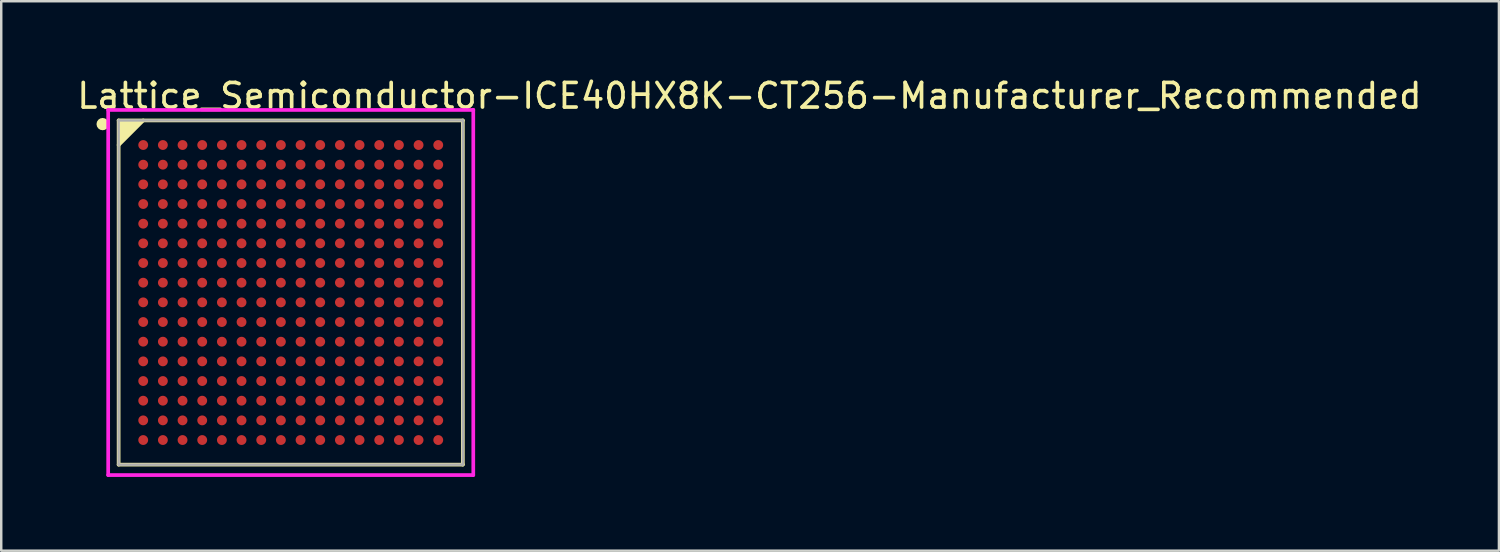
<source format=kicad_pcb>
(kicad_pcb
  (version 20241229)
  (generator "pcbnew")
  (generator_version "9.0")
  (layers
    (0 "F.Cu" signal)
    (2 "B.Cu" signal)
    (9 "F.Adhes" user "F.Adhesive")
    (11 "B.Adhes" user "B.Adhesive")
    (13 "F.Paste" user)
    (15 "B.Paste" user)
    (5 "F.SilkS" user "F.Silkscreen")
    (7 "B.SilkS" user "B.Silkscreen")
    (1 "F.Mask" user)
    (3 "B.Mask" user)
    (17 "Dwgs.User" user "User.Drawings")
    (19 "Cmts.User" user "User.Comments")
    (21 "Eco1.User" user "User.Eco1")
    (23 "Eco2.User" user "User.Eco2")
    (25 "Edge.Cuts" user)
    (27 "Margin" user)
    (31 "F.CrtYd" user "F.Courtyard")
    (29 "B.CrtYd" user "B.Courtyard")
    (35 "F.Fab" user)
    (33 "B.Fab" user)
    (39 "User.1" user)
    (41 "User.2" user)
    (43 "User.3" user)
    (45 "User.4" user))
  (footprint "Lattice_Semiconductor-ICE40HX8K-CT256-Manufacturer_Recommended"
    (layer "F.Cu")
    (at 8.775 8.848)
    (property "Reference" "Lattice_Semiconductor-ICE40HX8K-CT256-Manufacturer_Recommended" (at -8.775 -8 0) (layer "F.SilkS") (effects (font (size 1 1) (thickness 0.15)) (justify left)))
    (attr through_hole)
    (fp_line (start -7 -7) (end 7 -7) (stroke (width 0.15) (type solid)) (layer "F.SilkS"))
    (fp_line (start -7 -6) (end -6 -7) (stroke (width 0.15) (type solid)) (layer "F.SilkS"))
    (fp_line (start -7 7) (end -7 -7) (stroke (width 0.15) (type solid)) (layer "F.SilkS"))
    (fp_line (start -7 7) (end 7 7) (stroke (width 0.15) (type solid)) (layer "F.SilkS"))
    (fp_line (start 7 7) (end 7 -7) (stroke (width 0.15) (type solid)) (layer "F.SilkS"))
    (fp_circle (center -7.65 -6.85) (end -7.525 -6.85) (stroke (width 0.25) (type solid)) (fill no) (layer "F.SilkS"))
    (fp_poly (pts (xy -6 -7) (xy -7 -6) (xy -7 -7)) (stroke (width 0) (type solid)) (fill yes) (layer "F.SilkS"))
    (fp_line (start -7.425 -7.425) (end -7.425 7.425) (stroke (width 0.15) (type solid)) (layer "F.CrtYd"))
    (fp_line (start -7.425 7.425) (end 7.425 7.425) (stroke (width 0.15) (type solid)) (layer "F.CrtYd"))
    (fp_line (start 7.425 -7.425) (end -7.425 -7.425) (stroke (width 0.15) (type solid)) (layer "F.CrtYd"))
    (fp_line (start 7.425 -7.425) (end 7.425 -7.425) (stroke (width 0.15) (type solid)) (layer "F.CrtYd"))
    (fp_line (start 7.425 7.425) (end 7.425 -7.425) (stroke (width 0.15) (type solid)) (layer "F.CrtYd"))
    (fp_line (start -7 -7) (end 7 -7) (stroke (width 0.1) (type solid)) (layer "F.Fab"))
    (fp_line (start -7 7) (end -7 -7) (stroke (width 0.1) (type solid)) (layer "F.Fab"))
    (fp_line (start -7 7) (end 7 7) (stroke (width 0.1) (type solid)) (layer "F.Fab"))
    (fp_line (start 7 7) (end 7 -7) (stroke (width 0.1) (type solid)) (layer "F.Fab"))
    (pad "A1" smd circle (at -6 -6) (size 0.4 0.4) (layers "F.Cu" "F.Mask" "F.Paste"))
    (pad "A2" smd circle (at -5.2 -6) (size 0.4 0.4) (layers "F.Cu" "F.Mask" "F.Paste"))
    (pad "A3" smd circle (at -4.4 -6) (size 0.4 0.4) (layers "F.Cu" "F.Mask" "F.Paste"))
    (pad "A4" smd circle (at -3.6 -6) (size 0.4 0.4) (layers "F.Cu" "F.Mask" "F.Paste"))
    (pad "A5" smd circle (at -2.8 -6) (size 0.4 0.4) (layers "F.Cu" "F.Mask" "F.Paste"))
    (pad "A6" smd circle (at -2 -6) (size 0.4 0.4) (layers "F.Cu" "F.Mask" "F.Paste"))
    (pad "A7" smd circle (at -1.2 -6) (size 0.4 0.4) (layers "F.Cu" "F.Mask" "F.Paste"))
    (pad "A8" smd circle (at -0.4 -6) (size 0.4 0.4) (layers "F.Cu" "F.Mask" "F.Paste"))
    (pad "A9" smd circle (at 0.4 -6) (size 0.4 0.4) (layers "F.Cu" "F.Mask" "F.Paste"))
    (pad "A10" smd circle (at 1.2 -6) (size 0.4 0.4) (layers "F.Cu" "F.Mask" "F.Paste"))
    (pad "A11" smd circle (at 2 -6) (size 0.4 0.4) (layers "F.Cu" "F.Mask" "F.Paste"))
    (pad "A12" smd circle (at 2.8 -6) (size 0.4 0.4) (layers "F.Cu" "F.Mask" "F.Paste"))
    (pad "A13" smd circle (at 3.6 -6) (size 0.4 0.4) (layers "F.Cu" "F.Mask" "F.Paste"))
    (pad "A14" smd circle (at 4.4 -6) (size 0.4 0.4) (layers "F.Cu" "F.Mask" "F.Paste"))
    (pad "A15" smd circle (at 5.2 -6) (size 0.4 0.4) (layers "F.Cu" "F.Mask" "F.Paste"))
    (pad "A16" smd circle (at 6 -6) (size 0.4 0.4) (layers "F.Cu" "F.Mask" "F.Paste"))
    (pad "B1" smd circle (at -6 -5.2) (size 0.4 0.4) (layers "F.Cu" "F.Mask" "F.Paste"))
    (pad "B2" smd circle (at -5.2 -5.2) (size 0.4 0.4) (layers "F.Cu" "F.Mask" "F.Paste"))
    (pad "B3" smd circle (at -4.4 -5.2) (size 0.4 0.4) (layers "F.Cu" "F.Mask" "F.Paste"))
    (pad "B4" smd circle (at -3.6 -5.2) (size 0.4 0.4) (layers "F.Cu" "F.Mask" "F.Paste"))
    (pad "B5" smd circle (at -2.8 -5.2) (size 0.4 0.4) (layers "F.Cu" "F.Mask" "F.Paste"))
    (pad "B6" smd circle (at -2 -5.2) (size 0.4 0.4) (layers "F.Cu" "F.Mask" "F.Paste"))
    (pad "B7" smd circle (at -1.2 -5.2) (size 0.4 0.4) (layers "F.Cu" "F.Mask" "F.Paste"))
    (pad "B8" smd circle (at -0.4 -5.2) (size 0.4 0.4) (layers "F.Cu" "F.Mask" "F.Paste"))
    (pad "B9" smd circle (at 0.4 -5.2) (size 0.4 0.4) (layers "F.Cu" "F.Mask" "F.Paste"))
    (pad "B10" smd circle (at 1.2 -5.2) (size 0.4 0.4) (layers "F.Cu" "F.Mask" "F.Paste"))
    (pad "B11" smd circle (at 2 -5.2) (size 0.4 0.4) (layers "F.Cu" "F.Mask" "F.Paste"))
    (pad "B12" smd circle (at 2.8 -5.2) (size 0.4 0.4) (layers "F.Cu" "F.Mask" "F.Paste"))
    (pad "B13" smd circle (at 3.6 -5.2) (size 0.4 0.4) (layers "F.Cu" "F.Mask" "F.Paste"))
    (pad "B14" smd circle (at 4.4 -5.2) (size 0.4 0.4) (layers "F.Cu" "F.Mask" "F.Paste"))
    (pad "B15" smd circle (at 5.2 -5.2) (size 0.4 0.4) (layers "F.Cu" "F.Mask" "F.Paste"))
    (pad "B16" smd circle (at 6 -5.2) (size 0.4 0.4) (layers "F.Cu" "F.Mask" "F.Paste"))
    (pad "C1" smd circle (at -6 -4.4) (size 0.4 0.4) (layers "F.Cu" "F.Mask" "F.Paste"))
    (pad "C2" smd circle (at -5.2 -4.4) (size 0.4 0.4) (layers "F.Cu" "F.Mask" "F.Paste"))
    (pad "C3" smd circle (at -4.4 -4.4) (size 0.4 0.4) (layers "F.Cu" "F.Mask" "F.Paste"))
    (pad "C4" smd circle (at -3.6 -4.4) (size 0.4 0.4) (layers "F.Cu" "F.Mask" "F.Paste"))
    (pad "C5" smd circle (at -2.8 -4.4) (size 0.4 0.4) (layers "F.Cu" "F.Mask" "F.Paste"))
    (pad "C6" smd circle (at -2 -4.4) (size 0.4 0.4) (layers "F.Cu" "F.Mask" "F.Paste"))
    (pad "C7" smd circle (at -1.2 -4.4) (size 0.4 0.4) (layers "F.Cu" "F.Mask" "F.Paste"))
    (pad "C8" smd circle (at -0.4 -4.4) (size 0.4 0.4) (layers "F.Cu" "F.Mask" "F.Paste"))
    (pad "C9" smd circle (at 0.4 -4.4) (size 0.4 0.4) (layers "F.Cu" "F.Mask" "F.Paste"))
    (pad "C10" smd circle (at 1.2 -4.4) (size 0.4 0.4) (layers "F.Cu" "F.Mask" "F.Paste"))
    (pad "C11" smd circle (at 2 -4.4) (size 0.4 0.4) (layers "F.Cu" "F.Mask" "F.Paste"))
    (pad "C12" smd circle (at 2.8 -4.4) (size 0.4 0.4) (layers "F.Cu" "F.Mask" "F.Paste"))
    (pad "C13" smd circle (at 3.6 -4.4) (size 0.4 0.4) (layers "F.Cu" "F.Mask" "F.Paste"))
    (pad "C14" smd circle (at 4.4 -4.4) (size 0.4 0.4) (layers "F.Cu" "F.Mask" "F.Paste"))
    (pad "C15" smd circle (at 5.2 -4.4) (size 0.4 0.4) (layers "F.Cu" "F.Mask" "F.Paste"))
    (pad "C16" smd circle (at 6 -4.4) (size 0.4 0.4) (layers "F.Cu" "F.Mask" "F.Paste"))
    (pad "D1" smd circle (at -6 -3.6) (size 0.4 0.4) (layers "F.Cu" "F.Mask" "F.Paste"))
    (pad "D2" smd circle (at -5.2 -3.6) (size 0.4 0.4) (layers "F.Cu" "F.Mask" "F.Paste"))
    (pad "D3" smd circle (at -4.4 -3.6) (size 0.4 0.4) (layers "F.Cu" "F.Mask" "F.Paste"))
    (pad "D4" smd circle (at -3.6 -3.6) (size 0.4 0.4) (layers "F.Cu" "F.Mask" "F.Paste"))
    (pad "D5" smd circle (at -2.8 -3.6) (size 0.4 0.4) (layers "F.Cu" "F.Mask" "F.Paste"))
    (pad "D6" smd circle (at -2 -3.6) (size 0.4 0.4) (layers "F.Cu" "F.Mask" "F.Paste"))
    (pad "D7" smd circle (at -1.2 -3.6) (size 0.4 0.4) (layers "F.Cu" "F.Mask" "F.Paste"))
    (pad "D8" smd circle (at -0.4 -3.6) (size 0.4 0.4) (layers "F.Cu" "F.Mask" "F.Paste"))
    (pad "D9" smd circle (at 0.4 -3.6) (size 0.4 0.4) (layers "F.Cu" "F.Mask" "F.Paste"))
    (pad "D10" smd circle (at 1.2 -3.6) (size 0.4 0.4) (layers "F.Cu" "F.Mask" "F.Paste"))
    (pad "D11" smd circle (at 2 -3.6) (size 0.4 0.4) (layers "F.Cu" "F.Mask" "F.Paste"))
    (pad "D12" smd circle (at 2.8 -3.6) (size 0.4 0.4) (layers "F.Cu" "F.Mask" "F.Paste"))
    (pad "D13" smd circle (at 3.6 -3.6) (size 0.4 0.4) (layers "F.Cu" "F.Mask" "F.Paste"))
    (pad "D14" smd circle (at 4.4 -3.6) (size 0.4 0.4) (layers "F.Cu" "F.Mask" "F.Paste"))
    (pad "D15" smd circle (at 5.2 -3.6) (size 0.4 0.4) (layers "F.Cu" "F.Mask" "F.Paste"))
    (pad "D16" smd circle (at 6 -3.6) (size 0.4 0.4) (layers "F.Cu" "F.Mask" "F.Paste"))
    (pad "E1" smd circle (at -6 -2.8) (size 0.4 0.4) (layers "F.Cu" "F.Mask" "F.Paste"))
    (pad "E2" smd circle (at -5.2 -2.8) (size 0.4 0.4) (layers "F.Cu" "F.Mask" "F.Paste"))
    (pad "E3" smd circle (at -4.4 -2.8) (size 0.4 0.4) (layers "F.Cu" "F.Mask" "F.Paste"))
    (pad "E4" smd circle (at -3.6 -2.8) (size 0.4 0.4) (layers "F.Cu" "F.Mask" "F.Paste"))
    (pad "E5" smd circle (at -2.8 -2.8) (size 0.4 0.4) (layers "F.Cu" "F.Mask" "F.Paste"))
    (pad "E6" smd circle (at -2 -2.8) (size 0.4 0.4) (layers "F.Cu" "F.Mask" "F.Paste"))
    (pad "E7" smd circle (at -1.2 -2.8) (size 0.4 0.4) (layers "F.Cu" "F.Mask" "F.Paste"))
    (pad "E8" smd circle (at -0.4 -2.8) (size 0.4 0.4) (layers "F.Cu" "F.Mask" "F.Paste"))
    (pad "E9" smd circle (at 0.4 -2.8) (size 0.4 0.4) (layers "F.Cu" "F.Mask" "F.Paste"))
    (pad "E10" smd circle (at 1.2 -2.8) (size 0.4 0.4) (layers "F.Cu" "F.Mask" "F.Paste"))
    (pad "E11" smd circle (at 2 -2.8) (size 0.4 0.4) (layers "F.Cu" "F.Mask" "F.Paste"))
    (pad "E12" smd circle (at 2.8 -2.8) (size 0.4 0.4) (layers "F.Cu" "F.Mask" "F.Paste"))
    (pad "E13" smd circle (at 3.6 -2.8) (size 0.4 0.4) (layers "F.Cu" "F.Mask" "F.Paste"))
    (pad "E14" smd circle (at 4.4 -2.8) (size 0.4 0.4) (layers "F.Cu" "F.Mask" "F.Paste"))
    (pad "E15" smd circle (at 5.2 -2.8) (size 0.4 0.4) (layers "F.Cu" "F.Mask" "F.Paste"))
    (pad "E16" smd circle (at 6 -2.8) (size 0.4 0.4) (layers "F.Cu" "F.Mask" "F.Paste"))
    (pad "F1" smd circle (at -6 -2) (size 0.4 0.4) (layers "F.Cu" "F.Mask" "F.Paste"))
    (pad "F2" smd circle (at -5.2 -2) (size 0.4 0.4) (layers "F.Cu" "F.Mask" "F.Paste"))
    (pad "F3" smd circle (at -4.4 -2) (size 0.4 0.4) (layers "F.Cu" "F.Mask" "F.Paste"))
    (pad "F4" smd circle (at -3.6 -2) (size 0.4 0.4) (layers "F.Cu" "F.Mask" "F.Paste"))
    (pad "F5" smd circle (at -2.8 -2) (size 0.4 0.4) (layers "F.Cu" "F.Mask" "F.Paste"))
    (pad "F6" smd circle (at -2 -2) (size 0.4 0.4) (layers "F.Cu" "F.Mask" "F.Paste"))
    (pad "F7" smd circle (at -1.2 -2) (size 0.4 0.4) (layers "F.Cu" "F.Mask" "F.Paste"))
    (pad "F8" smd circle (at -0.4 -2) (size 0.4 0.4) (layers "F.Cu" "F.Mask" "F.Paste"))
    (pad "F9" smd circle (at 0.4 -2) (size 0.4 0.4) (layers "F.Cu" "F.Mask" "F.Paste"))
    (pad "F10" smd circle (at 1.2 -2) (size 0.4 0.4) (layers "F.Cu" "F.Mask" "F.Paste"))
    (pad "F11" smd circle (at 2 -2) (size 0.4 0.4) (layers "F.Cu" "F.Mask" "F.Paste"))
    (pad "F12" smd circle (at 2.8 -2) (size 0.4 0.4) (layers "F.Cu" "F.Mask" "F.Paste"))
    (pad "F13" smd circle (at 3.6 -2) (size 0.4 0.4) (layers "F.Cu" "F.Mask" "F.Paste"))
    (pad "F14" smd circle (at 4.4 -2) (size 0.4 0.4) (layers "F.Cu" "F.Mask" "F.Paste"))
    (pad "F15" smd circle (at 5.2 -2) (size 0.4 0.4) (layers "F.Cu" "F.Mask" "F.Paste"))
    (pad "F16" smd circle (at 6 -2) (size 0.4 0.4) (layers "F.Cu" "F.Mask" "F.Paste"))
    (pad "G1" smd circle (at -6 -1.2) (size 0.4 0.4) (layers "F.Cu" "F.Mask" "F.Paste"))
    (pad "G2" smd circle (at -5.2 -1.2) (size 0.4 0.4) (layers "F.Cu" "F.Mask" "F.Paste"))
    (pad "G3" smd circle (at -4.4 -1.2) (size 0.4 0.4) (layers "F.Cu" "F.Mask" "F.Paste"))
    (pad "G4" smd circle (at -3.6 -1.2) (size 0.4 0.4) (layers "F.Cu" "F.Mask" "F.Paste"))
    (pad "G5" smd circle (at -2.8 -1.2) (size 0.4 0.4) (layers "F.Cu" "F.Mask" "F.Paste"))
    (pad "G6" smd circle (at -2 -1.2) (size 0.4 0.4) (layers "F.Cu" "F.Mask" "F.Paste"))
    (pad "G7" smd circle (at -1.2 -1.2) (size 0.4 0.4) (layers "F.Cu" "F.Mask" "F.Paste"))
    (pad "G8" smd circle (at -0.4 -1.2) (size 0.4 0.4) (layers "F.Cu" "F.Mask" "F.Paste"))
    (pad "G9" smd circle (at 0.4 -1.2) (size 0.4 0.4) (layers "F.Cu" "F.Mask" "F.Paste"))
    (pad "G10" smd circle (at 1.2 -1.2) (size 0.4 0.4) (layers "F.Cu" "F.Mask" "F.Paste"))
    (pad "G11" smd circle (at 2 -1.2) (size 0.4 0.4) (layers "F.Cu" "F.Mask" "F.Paste"))
    (pad "G12" smd circle (at 2.8 -1.2) (size 0.4 0.4) (layers "F.Cu" "F.Mask" "F.Paste"))
    (pad "G13" smd circle (at 3.6 -1.2) (size 0.4 0.4) (layers "F.Cu" "F.Mask" "F.Paste"))
    (pad "G14" smd circle (at 4.4 -1.2) (size 0.4 0.4) (layers "F.Cu" "F.Mask" "F.Paste"))
    (pad "G15" smd circle (at 5.2 -1.2) (size 0.4 0.4) (layers "F.Cu" "F.Mask" "F.Paste"))
    (pad "G16" smd circle (at 6 -1.2) (size 0.4 0.4) (layers "F.Cu" "F.Mask" "F.Paste"))
    (pad "H1" smd circle (at -6 -0.4) (size 0.4 0.4) (layers "F.Cu" "F.Mask" "F.Paste"))
    (pad "H2" smd circle (at -5.2 -0.4) (size 0.4 0.4) (layers "F.Cu" "F.Mask" "F.Paste"))
    (pad "H3" smd circle (at -4.4 -0.4) (size 0.4 0.4) (layers "F.Cu" "F.Mask" "F.Paste"))
    (pad "H4" smd circle (at -3.6 -0.4) (size 0.4 0.4) (layers "F.Cu" "F.Mask" "F.Paste"))
    (pad "H5" smd circle (at -2.8 -0.4) (size 0.4 0.4) (layers "F.Cu" "F.Mask" "F.Paste"))
    (pad "H6" smd circle (at -2 -0.4) (size 0.4 0.4) (layers "F.Cu" "F.Mask" "F.Paste"))
    (pad "H7" smd circle (at -1.2 -0.4) (size 0.4 0.4) (layers "F.Cu" "F.Mask" "F.Paste"))
    (pad "H8" smd circle (at -0.4 -0.4) (size 0.4 0.4) (layers "F.Cu" "F.Mask" "F.Paste"))
    (pad "H9" smd circle (at 0.4 -0.4) (size 0.4 0.4) (layers "F.Cu" "F.Mask" "F.Paste"))
    (pad "H10" smd circle (at 1.2 -0.4) (size 0.4 0.4) (layers "F.Cu" "F.Mask" "F.Paste"))
    (pad "H11" smd circle (at 2 -0.4) (size 0.4 0.4) (layers "F.Cu" "F.Mask" "F.Paste"))
    (pad "H12" smd circle (at 2.8 -0.4) (size 0.4 0.4) (layers "F.Cu" "F.Mask" "F.Paste"))
    (pad "H13" smd circle (at 3.6 -0.4) (size 0.4 0.4) (layers "F.Cu" "F.Mask" "F.Paste"))
    (pad "H14" smd circle (at 4.4 -0.4) (size 0.4 0.4) (layers "F.Cu" "F.Mask" "F.Paste"))
    (pad "H15" smd circle (at 5.2 -0.4) (size 0.4 0.4) (layers "F.Cu" "F.Mask" "F.Paste"))
    (pad "H16" smd circle (at 6 -0.4) (size 0.4 0.4) (layers "F.Cu" "F.Mask" "F.Paste"))
    (pad "J1" smd circle (at -6 0.4) (size 0.4 0.4) (layers "F.Cu" "F.Mask" "F.Paste"))
    (pad "J2" smd circle (at -5.2 0.4) (size 0.4 0.4) (layers "F.Cu" "F.Mask" "F.Paste"))
    (pad "J3" smd circle (at -4.4 0.4) (size 0.4 0.4) (layers "F.Cu" "F.Mask" "F.Paste"))
    (pad "J4" smd circle (at -3.6 0.4) (size 0.4 0.4) (layers "F.Cu" "F.Mask" "F.Paste"))
    (pad "J5" smd circle (at -2.8 0.4) (size 0.4 0.4) (layers "F.Cu" "F.Mask" "F.Paste"))
    (pad "J6" smd circle (at -2 0.4) (size 0.4 0.4) (layers "F.Cu" "F.Mask" "F.Paste"))
    (pad "J7" smd circle (at -1.2 0.4) (size 0.4 0.4) (layers "F.Cu" "F.Mask" "F.Paste"))
    (pad "J8" smd circle (at -0.4 0.4) (size 0.4 0.4) (layers "F.Cu" "F.Mask" "F.Paste"))
    (pad "J9" smd circle (at 0.4 0.4) (size 0.4 0.4) (layers "F.Cu" "F.Mask" "F.Paste"))
    (pad "J10" smd circle (at 1.2 0.4) (size 0.4 0.4) (layers "F.Cu" "F.Mask" "F.Paste"))
    (pad "J11" smd circle (at 2 0.4) (size 0.4 0.4) (layers "F.Cu" "F.Mask" "F.Paste"))
    (pad "J12" smd circle (at 2.8 0.4) (size 0.4 0.4) (layers "F.Cu" "F.Mask" "F.Paste"))
    (pad "J13" smd circle (at 3.6 0.4) (size 0.4 0.4) (layers "F.Cu" "F.Mask" "F.Paste"))
    (pad "J14" smd circle (at 4.4 0.4) (size 0.4 0.4) (layers "F.Cu" "F.Mask" "F.Paste"))
    (pad "J15" smd circle (at 5.2 0.4) (size 0.4 0.4) (layers "F.Cu" "F.Mask" "F.Paste"))
    (pad "J16" smd circle (at 6 0.4) (size 0.4 0.4) (layers "F.Cu" "F.Mask" "F.Paste"))
    (pad "K1" smd circle (at -6 1.2) (size 0.4 0.4) (layers "F.Cu" "F.Mask" "F.Paste"))
    (pad "K2" smd circle (at -5.2 1.2) (size 0.4 0.4) (layers "F.Cu" "F.Mask" "F.Paste"))
    (pad "K3" smd circle (at -4.4 1.2) (size 0.4 0.4) (layers "F.Cu" "F.Mask" "F.Paste"))
    (pad "K4" smd circle (at -3.6 1.2) (size 0.4 0.4) (layers "F.Cu" "F.Mask" "F.Paste"))
    (pad "K5" smd circle (at -2.8 1.2) (size 0.4 0.4) (layers "F.Cu" "F.Mask" "F.Paste"))
    (pad "K6" smd circle (at -2 1.2) (size 0.4 0.4) (layers "F.Cu" "F.Mask" "F.Paste"))
    (pad "K7" smd circle (at -1.2 1.2) (size 0.4 0.4) (layers "F.Cu" "F.Mask" "F.Paste"))
    (pad "K8" smd circle (at -0.4 1.2) (size 0.4 0.4) (layers "F.Cu" "F.Mask" "F.Paste"))
    (pad "K9" smd circle (at 0.4 1.2) (size 0.4 0.4) (layers "F.Cu" "F.Mask" "F.Paste"))
    (pad "K10" smd circle (at 1.2 1.2) (size 0.4 0.4) (layers "F.Cu" "F.Mask" "F.Paste"))
    (pad "K11" smd circle (at 2 1.2) (size 0.4 0.4) (layers "F.Cu" "F.Mask" "F.Paste"))
    (pad "K12" smd circle (at 2.8 1.2) (size 0.4 0.4) (layers "F.Cu" "F.Mask" "F.Paste"))
    (pad "K13" smd circle (at 3.6 1.2) (size 0.4 0.4) (layers "F.Cu" "F.Mask" "F.Paste"))
    (pad "K14" smd circle (at 4.4 1.2) (size 0.4 0.4) (layers "F.Cu" "F.Mask" "F.Paste"))
    (pad "K15" smd circle (at 5.2 1.2) (size 0.4 0.4) (layers "F.Cu" "F.Mask" "F.Paste"))
    (pad "K16" smd circle (at 6 1.2) (size 0.4 0.4) (layers "F.Cu" "F.Mask" "F.Paste"))
    (pad "L1" smd circle (at -6 2) (size 0.4 0.4) (layers "F.Cu" "F.Mask" "F.Paste"))
    (pad "L2" smd circle (at -5.2 2) (size 0.4 0.4) (layers "F.Cu" "F.Mask" "F.Paste"))
    (pad "L3" smd circle (at -4.4 2) (size 0.4 0.4) (layers "F.Cu" "F.Mask" "F.Paste"))
    (pad "L4" smd circle (at -3.6 2) (size 0.4 0.4) (layers "F.Cu" "F.Mask" "F.Paste"))
    (pad "L5" smd circle (at -2.8 2) (size 0.4 0.4) (layers "F.Cu" "F.Mask" "F.Paste"))
    (pad "L6" smd circle (at -2 2) (size 0.4 0.4) (layers "F.Cu" "F.Mask" "F.Paste"))
    (pad "L7" smd circle (at -1.2 2) (size 0.4 0.4) (layers "F.Cu" "F.Mask" "F.Paste"))
    (pad "L8" smd circle (at -0.4 2) (size 0.4 0.4) (layers "F.Cu" "F.Mask" "F.Paste"))
    (pad "L9" smd circle (at 0.4 2) (size 0.4 0.4) (layers "F.Cu" "F.Mask" "F.Paste"))
    (pad "L10" smd circle (at 1.2 2) (size 0.4 0.4) (layers "F.Cu" "F.Mask" "F.Paste"))
    (pad "L11" smd circle (at 2 2) (size 0.4 0.4) (layers "F.Cu" "F.Mask" "F.Paste"))
    (pad "L12" smd circle (at 2.8 2) (size 0.4 0.4) (layers "F.Cu" "F.Mask" "F.Paste"))
    (pad "L13" smd circle (at 3.6 2) (size 0.4 0.4) (layers "F.Cu" "F.Mask" "F.Paste"))
    (pad "L14" smd circle (at 4.4 2) (size 0.4 0.4) (layers "F.Cu" "F.Mask" "F.Paste"))
    (pad "L15" smd circle (at 5.2 2) (size 0.4 0.4) (layers "F.Cu" "F.Mask" "F.Paste"))
    (pad "L16" smd circle (at 6 2) (size 0.4 0.4) (layers "F.Cu" "F.Mask" "F.Paste"))
    (pad "M1" smd circle (at -6 2.8) (size 0.4 0.4) (layers "F.Cu" "F.Mask" "F.Paste"))
    (pad "M2" smd circle (at -5.2 2.8) (size 0.4 0.4) (layers "F.Cu" "F.Mask" "F.Paste"))
    (pad "M3" smd circle (at -4.4 2.8) (size 0.4 0.4) (layers "F.Cu" "F.Mask" "F.Paste"))
    (pad "M4" smd circle (at -3.6 2.8) (size 0.4 0.4) (layers "F.Cu" "F.Mask" "F.Paste"))
    (pad "M5" smd circle (at -2.8 2.8) (size 0.4 0.4) (layers "F.Cu" "F.Mask" "F.Paste"))
    (pad "M6" smd circle (at -2 2.8) (size 0.4 0.4) (layers "F.Cu" "F.Mask" "F.Paste"))
    (pad "M7" smd circle (at -1.2 2.8) (size 0.4 0.4) (layers "F.Cu" "F.Mask" "F.Paste"))
    (pad "M8" smd circle (at -0.4 2.8) (size 0.4 0.4) (layers "F.Cu" "F.Mask" "F.Paste"))
    (pad "M9" smd circle (at 0.4 2.8) (size 0.4 0.4) (layers "F.Cu" "F.Mask" "F.Paste"))
    (pad "M10" smd circle (at 1.2 2.8) (size 0.4 0.4) (layers "F.Cu" "F.Mask" "F.Paste"))
    (pad "M11" smd circle (at 2 2.8) (size 0.4 0.4) (layers "F.Cu" "F.Mask" "F.Paste"))
    (pad "M12" smd circle (at 2.8 2.8) (size 0.4 0.4) (layers "F.Cu" "F.Mask" "F.Paste"))
    (pad "M13" smd circle (at 3.6 2.8) (size 0.4 0.4) (layers "F.Cu" "F.Mask" "F.Paste"))
    (pad "M14" smd circle (at 4.4 2.8) (size 0.4 0.4) (layers "F.Cu" "F.Mask" "F.Paste"))
    (pad "M15" smd circle (at 5.2 2.8) (size 0.4 0.4) (layers "F.Cu" "F.Mask" "F.Paste"))
    (pad "M16" smd circle (at 6 2.8) (size 0.4 0.4) (layers "F.Cu" "F.Mask" "F.Paste"))
    (pad "N1" smd circle (at -6 3.6) (size 0.4 0.4) (layers "F.Cu" "F.Mask" "F.Paste"))
    (pad "N2" smd circle (at -5.2 3.6) (size 0.4 0.4) (layers "F.Cu" "F.Mask" "F.Paste"))
    (pad "N3" smd circle (at -4.4 3.6) (size 0.4 0.4) (layers "F.Cu" "F.Mask" "F.Paste"))
    (pad "N4" smd circle (at -3.6 3.6) (size 0.4 0.4) (layers "F.Cu" "F.Mask" "F.Paste"))
    (pad "N5" smd circle (at -2.8 3.6) (size 0.4 0.4) (layers "F.Cu" "F.Mask" "F.Paste"))
    (pad "N6" smd circle (at -2 3.6) (size 0.4 0.4) (layers "F.Cu" "F.Mask" "F.Paste"))
    (pad "N7" smd circle (at -1.2 3.6) (size 0.4 0.4) (layers "F.Cu" "F.Mask" "F.Paste"))
    (pad "N8" smd circle (at -0.4 3.6) (size 0.4 0.4) (layers "F.Cu" "F.Mask" "F.Paste"))
    (pad "N9" smd circle (at 0.4 3.6) (size 0.4 0.4) (layers "F.Cu" "F.Mask" "F.Paste"))
    (pad "N10" smd circle (at 1.2 3.6) (size 0.4 0.4) (layers "F.Cu" "F.Mask" "F.Paste"))
    (pad "N11" smd circle (at 2 3.6) (size 0.4 0.4) (layers "F.Cu" "F.Mask" "F.Paste"))
    (pad "N12" smd circle (at 2.8 3.6) (size 0.4 0.4) (layers "F.Cu" "F.Mask" "F.Paste"))
    (pad "N13" smd circle (at 3.6 3.6) (size 0.4 0.4) (layers "F.Cu" "F.Mask" "F.Paste"))
    (pad "N14" smd circle (at 4.4 3.6) (size 0.4 0.4) (layers "F.Cu" "F.Mask" "F.Paste"))
    (pad "N15" smd circle (at 5.2 3.6) (size 0.4 0.4) (layers "F.Cu" "F.Mask" "F.Paste"))
    (pad "N16" smd circle (at 6 3.6) (size 0.4 0.4) (layers "F.Cu" "F.Mask" "F.Paste"))
    (pad "P1" smd circle (at -6 4.4) (size 0.4 0.4) (layers "F.Cu" "F.Mask" "F.Paste"))
    (pad "P2" smd circle (at -5.2 4.4) (size 0.4 0.4) (layers "F.Cu" "F.Mask" "F.Paste"))
    (pad "P3" smd circle (at -4.4 4.4) (size 0.4 0.4) (layers "F.Cu" "F.Mask" "F.Paste"))
    (pad "P4" smd circle (at -3.6 4.4) (size 0.4 0.4) (layers "F.Cu" "F.Mask" "F.Paste"))
    (pad "P5" smd circle (at -2.8 4.4) (size 0.4 0.4) (layers "F.Cu" "F.Mask" "F.Paste"))
    (pad "P6" smd circle (at -2 4.4) (size 0.4 0.4) (layers "F.Cu" "F.Mask" "F.Paste"))
    (pad "P7" smd circle (at -1.2 4.4) (size 0.4 0.4) (layers "F.Cu" "F.Mask" "F.Paste"))
    (pad "P8" smd circle (at -0.4 4.4) (size 0.4 0.4) (layers "F.Cu" "F.Mask" "F.Paste"))
    (pad "P9" smd circle (at 0.4 4.4) (size 0.4 0.4) (layers "F.Cu" "F.Mask" "F.Paste"))
    (pad "P10" smd circle (at 1.2 4.4) (size 0.4 0.4) (layers "F.Cu" "F.Mask" "F.Paste"))
    (pad "P11" smd circle (at 2 4.4) (size 0.4 0.4) (layers "F.Cu" "F.Mask" "F.Paste"))
    (pad "P12" smd circle (at 2.8 4.4) (size 0.4 0.4) (layers "F.Cu" "F.Mask" "F.Paste"))
    (pad "P13" smd circle (at 3.6 4.4) (size 0.4 0.4) (layers "F.Cu" "F.Mask" "F.Paste"))
    (pad "P14" smd circle (at 4.4 4.4) (size 0.4 0.4) (layers "F.Cu" "F.Mask" "F.Paste"))
    (pad "P15" smd circle (at 5.2 4.4) (size 0.4 0.4) (layers "F.Cu" "F.Mask" "F.Paste"))
    (pad "P16" smd circle (at 6 4.4) (size 0.4 0.4) (layers "F.Cu" "F.Mask" "F.Paste"))
    (pad "R1" smd circle (at -6 5.2) (size 0.4 0.4) (layers "F.Cu" "F.Mask" "F.Paste"))
    (pad "R2" smd circle (at -5.2 5.2) (size 0.4 0.4) (layers "F.Cu" "F.Mask" "F.Paste"))
    (pad "R3" smd circle (at -4.4 5.2) (size 0.4 0.4) (layers "F.Cu" "F.Mask" "F.Paste"))
    (pad "R4" smd circle (at -3.6 5.2) (size 0.4 0.4) (layers "F.Cu" "F.Mask" "F.Paste"))
    (pad "R5" smd circle (at -2.8 5.2) (size 0.4 0.4) (layers "F.Cu" "F.Mask" "F.Paste"))
    (pad "R6" smd circle (at -2 5.2) (size 0.4 0.4) (layers "F.Cu" "F.Mask" "F.Paste"))
    (pad "R7" smd circle (at -1.2 5.2) (size 0.4 0.4) (layers "F.Cu" "F.Mask" "F.Paste"))
    (pad "R8" smd circle (at -0.4 5.2) (size 0.4 0.4) (layers "F.Cu" "F.Mask" "F.Paste"))
    (pad "R9" smd circle (at 0.4 5.2) (size 0.4 0.4) (layers "F.Cu" "F.Mask" "F.Paste"))
    (pad "R10" smd circle (at 1.2 5.2) (size 0.4 0.4) (layers "F.Cu" "F.Mask" "F.Paste"))
    (pad "R11" smd circle (at 2 5.2) (size 0.4 0.4) (layers "F.Cu" "F.Mask" "F.Paste"))
    (pad "R12" smd circle (at 2.8 5.2) (size 0.4 0.4) (layers "F.Cu" "F.Mask" "F.Paste"))
    (pad "R13" smd circle (at 3.6 5.2) (size 0.4 0.4) (layers "F.Cu" "F.Mask" "F.Paste"))
    (pad "R14" smd circle (at 4.4 5.2) (size 0.4 0.4) (layers "F.Cu" "F.Mask" "F.Paste"))
    (pad "R15" smd circle (at 5.2 5.2) (size 0.4 0.4) (layers "F.Cu" "F.Mask" "F.Paste"))
    (pad "R16" smd circle (at 6 5.2) (size 0.4 0.4) (layers "F.Cu" "F.Mask" "F.Paste"))
    (pad "T1" smd circle (at -6 6) (size 0.4 0.4) (layers "F.Cu" "F.Mask" "F.Paste"))
    (pad "T2" smd circle (at -5.2 6) (size 0.4 0.4) (layers "F.Cu" "F.Mask" "F.Paste"))
    (pad "T3" smd circle (at -4.4 6) (size 0.4 0.4) (layers "F.Cu" "F.Mask" "F.Paste"))
    (pad "T4" smd circle (at -3.6 6) (size 0.4 0.4) (layers "F.Cu" "F.Mask" "F.Paste"))
    (pad "T5" smd circle (at -2.8 6) (size 0.4 0.4) (layers "F.Cu" "F.Mask" "F.Paste"))
    (pad "T6" smd circle (at -2 6) (size 0.4 0.4) (layers "F.Cu" "F.Mask" "F.Paste"))
    (pad "T7" smd circle (at -1.2 6) (size 0.4 0.4) (layers "F.Cu" "F.Mask" "F.Paste"))
    (pad "T8" smd circle (at -0.4 6) (size 0.4 0.4) (layers "F.Cu" "F.Mask" "F.Paste"))
    (pad "T9" smd circle (at 0.4 6) (size 0.4 0.4) (layers "F.Cu" "F.Mask" "F.Paste"))
    (pad "T10" smd circle (at 1.2 6) (size 0.4 0.4) (layers "F.Cu" "F.Mask" "F.Paste"))
    (pad "T11" smd circle (at 2 6) (size 0.4 0.4) (layers "F.Cu" "F.Mask" "F.Paste"))
    (pad "T12" smd circle (at 2.8 6) (size 0.4 0.4) (layers "F.Cu" "F.Mask" "F.Paste"))
    (pad "T13" smd circle (at 3.6 6) (size 0.4 0.4) (layers "F.Cu" "F.Mask" "F.Paste"))
    (pad "T14" smd circle (at 4.4 6) (size 0.4 0.4) (layers "F.Cu" "F.Mask" "F.Paste"))
    (pad "T15" smd circle (at 5.2 6) (size 0.4 0.4) (layers "F.Cu" "F.Mask" "F.Paste"))
    (pad "T16" smd circle (at 6 6) (size 0.4 0.4) (layers "F.Cu" "F.Mask" "F.Paste")))
  (gr_rect
    (start -3 -3)
    (end 57.917 19.348)
    (stroke (width 0.1) (type default))
    (fill no)
    (layer "Edge.Cuts")))
</source>
